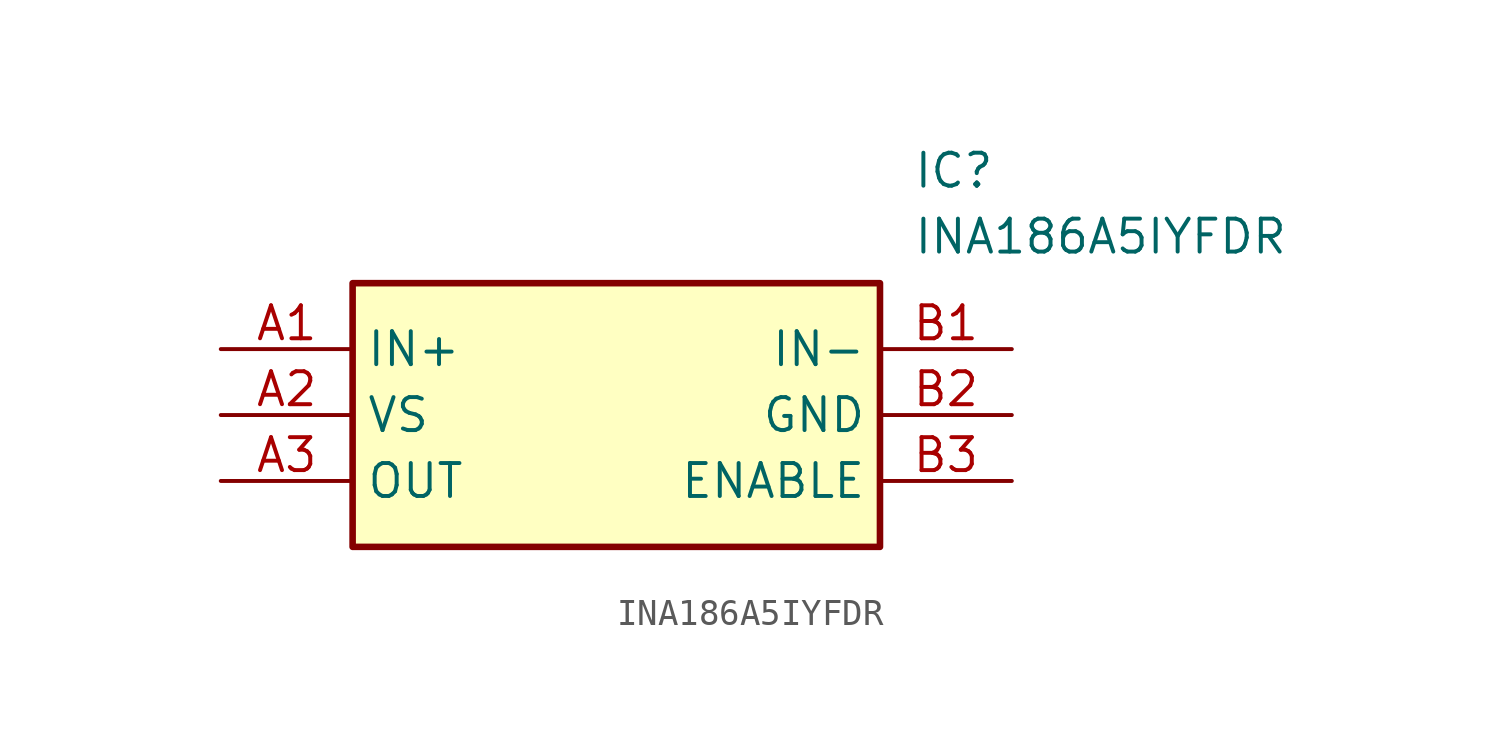
<source format=kicad_sym>
(kicad_symbol_lib
  (version 20211014)
  (generator SamacSys_ECAD_Model)
  (symbol "INA186A5IYFDR"
    (property "Reference" "IC"
      (at 26.67 7.62 0)
      (effects (font (size 1.27 1.27)) (justify left top)))
    (property "Value" "INA186A5IYFDR"
      (at 26.67 5.08 0)
      (effects (font (size 1.27 1.27)) (justify left top)))
    (rectangle
      (start 5.08 2.54)
      (end 25.4 -7.62)
      (stroke (width 0.254) (type default))
      (fill (type background)))
    (pin passive line
      (at 0 0 0)
      (length 5.08)
      (name "IN+" (effects (font (size 1.27 1.27))))
      (number "A1" (effects (font (size 1.27 1.27)))))
    (pin passive line
      (at 0 -2.54 0)
      (length 5.08)
      (name "VS" (effects (font (size 1.27 1.27))))
      (number "A2" (effects (font (size 1.27 1.27)))))
    (pin passive line
      (at 0 -5.08 0)
      (length 5.08)
      (name "OUT" (effects (font (size 1.27 1.27))))
      (number "A3" (effects (font (size 1.27 1.27)))))
    (pin passive line
      (at 30.48 0 180)
      (length 5.08)
      (name "IN-" (effects (font (size 1.27 1.27))))
      (number "B1" (effects (font (size 1.27 1.27)))))
    (pin passive line
      (at 30.48 -2.54 180)
      (length 5.08)
      (name "GND" (effects (font (size 1.27 1.27))))
      (number "B2" (effects (font (size 1.27 1.27)))))
    (pin passive line
      (at 30.48 -5.08 180)
      (length 5.08)
      (name "ENABLE" (effects (font (size 1.27 1.27))))
      (number "B3" (effects (font (size 1.27 1.27)))))))
</source>
